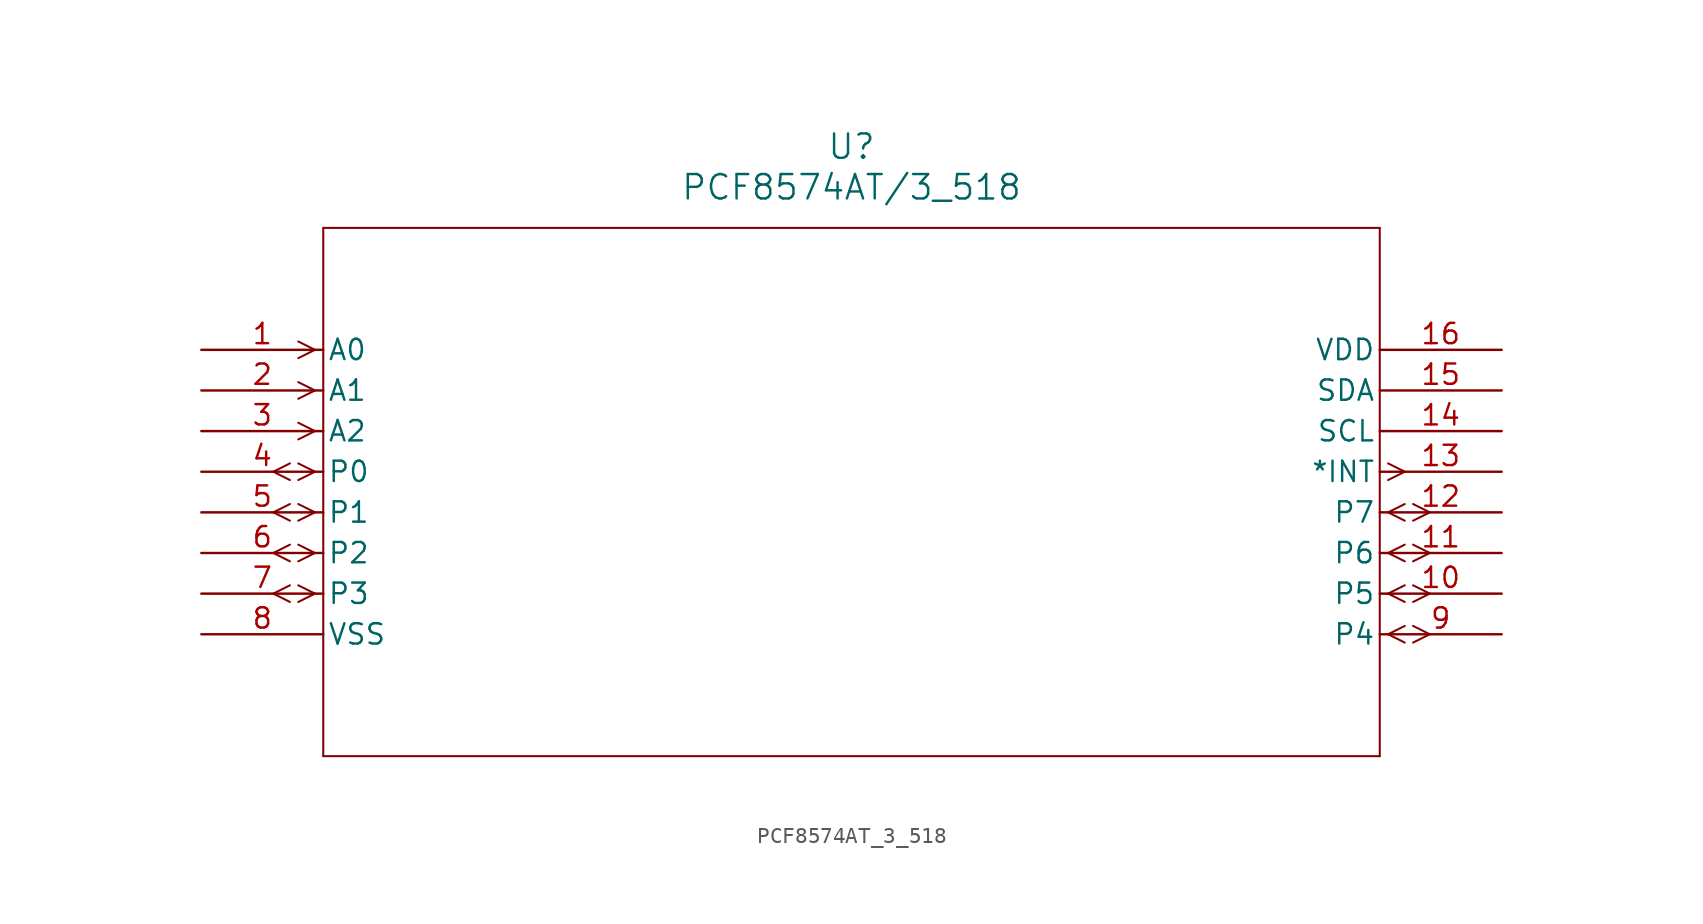
<source format=kicad_sym>
(kicad_symbol_lib
  (version 20211014)
  (generator kicad_symbol_editor)
  (symbol "PCF8574AT_3_518"
    (pin_names
      (offset 0.254))
    (property "Reference" "U"
      (at 40.64 12.7 0)
      (effects (font (size 1.524 1.524))))
    (property "Value" "PCF8574AT/3_518"
      (at 40.64 10.16 0)
      (effects (font (size 1.524 1.524))))
    (symbol "PCF8574AT_3_518_0_1"
      (polyline (pts (xy 7.099 0) (xy 6.058 0.521)) (stroke (width 0.127) (type default) (color 0 0 0 0)) (fill (type none)))
      (polyline (pts (xy 7.099 0) (xy 6.058 -0.521)) (stroke (width 0.127) (type default) (color 0 0 0 0)) (fill (type none)))
      (polyline (pts (xy 7.099 -2.54) (xy 6.058 -2.019)) (stroke (width 0.127) (type default) (color 0 0 0 0)) (fill (type none)))
      (polyline (pts (xy 7.099 -2.54) (xy 6.058 -3.061)) (stroke (width 0.127) (type default) (color 0 0 0 0)) (fill (type none)))
      (polyline (pts (xy 7.099 -5.08) (xy 6.058 -4.559)) (stroke (width 0.127) (type default) (color 0 0 0 0)) (fill (type none)))
      (polyline (pts (xy 7.099 -5.08) (xy 6.058 -5.601)) (stroke (width 0.127) (type default) (color 0 0 0 0)) (fill (type none)))
      (polyline (pts (xy 7.099 -7.62) (xy 6.058 -7.099)) (stroke (width 0.127) (type default) (color 0 0 0 0)) (fill (type none)))
      (polyline (pts (xy 7.099 -7.62) (xy 6.058 -8.141)) (stroke (width 0.127) (type default) (color 0 0 0 0)) (fill (type none)))
      (polyline (pts (xy 5.537 -7.099) (xy 4.496 -7.62)) (stroke (width 0.127) (type default) (color 0 0 0 0)) (fill (type none)))
      (polyline (pts (xy 5.537 -8.141) (xy 4.496 -7.62)) (stroke (width 0.127) (type default) (color 0 0 0 0)) (fill (type none)))
      (polyline (pts (xy 7.099 -10.16) (xy 6.058 -9.639)) (stroke (width 0.127) (type default) (color 0 0 0 0)) (fill (type none)))
      (polyline (pts (xy 7.099 -10.16) (xy 6.058 -10.681)) (stroke (width 0.127) (type default) (color 0 0 0 0)) (fill (type none)))
      (polyline (pts (xy 5.537 -9.639) (xy 4.496 -10.16)) (stroke (width 0.127) (type default) (color 0 0 0 0)) (fill (type none)))
      (polyline (pts (xy 5.537 -10.681) (xy 4.496 -10.16)) (stroke (width 0.127) (type default) (color 0 0 0 0)) (fill (type none)))
      (polyline (pts (xy 7.099 -12.7) (xy 6.058 -12.179)) (stroke (width 0.127) (type default) (color 0 0 0 0)) (fill (type none)))
      (polyline (pts (xy 7.099 -12.7) (xy 6.058 -13.221)) (stroke (width 0.127) (type default) (color 0 0 0 0)) (fill (type none)))
      (polyline (pts (xy 5.537 -12.179) (xy 4.496 -12.7)) (stroke (width 0.127) (type default) (color 0 0 0 0)) (fill (type none)))
      (polyline (pts (xy 5.537 -13.221) (xy 4.496 -12.7)) (stroke (width 0.127) (type default) (color 0 0 0 0)) (fill (type none)))
      (polyline (pts (xy 7.099 -15.24) (xy 6.058 -14.719)) (stroke (width 0.127) (type default) (color 0 0 0 0)) (fill (type none)))
      (polyline (pts (xy 7.099 -15.24) (xy 6.058 -15.761)) (stroke (width 0.127) (type default) (color 0 0 0 0)) (fill (type none)))
      (polyline (pts (xy 5.537 -14.719) (xy 4.496 -15.24)) (stroke (width 0.127) (type default) (color 0 0 0 0)) (fill (type none)))
      (polyline (pts (xy 5.537 -15.761) (xy 4.496 -15.24)) (stroke (width 0.127) (type default) (color 0 0 0 0)) (fill (type none)))
      (polyline (pts (xy 74.181 -17.78) (xy 75.222 -17.259)) (stroke (width 0.127) (type default) (color 0 0 0 0)) (fill (type none)))
      (polyline (pts (xy 74.181 -17.78) (xy 75.222 -18.301)) (stroke (width 0.127) (type default) (color 0 0 0 0)) (fill (type none)))
      (polyline (pts (xy 75.743 -17.259) (xy 76.784 -17.78)) (stroke (width 0.127) (type default) (color 0 0 0 0)) (fill (type none)))
      (polyline (pts (xy 75.743 -18.301) (xy 76.784 -17.78)) (stroke (width 0.127) (type default) (color 0 0 0 0)) (fill (type none)))
      (polyline (pts (xy 74.181 -15.24) (xy 75.222 -14.719)) (stroke (width 0.127) (type default) (color 0 0 0 0)) (fill (type none)))
      (polyline (pts (xy 74.181 -15.24) (xy 75.222 -15.761)) (stroke (width 0.127) (type default) (color 0 0 0 0)) (fill (type none)))
      (polyline (pts (xy 75.743 -14.719) (xy 76.784 -15.24)) (stroke (width 0.127) (type default) (color 0 0 0 0)) (fill (type none)))
      (polyline (pts (xy 75.743 -15.761) (xy 76.784 -15.24)) (stroke (width 0.127) (type default) (color 0 0 0 0)) (fill (type none)))
      (polyline (pts (xy 74.181 -12.7) (xy 75.222 -12.179)) (stroke (width 0.127) (type default) (color 0 0 0 0)) (fill (type none)))
      (polyline (pts (xy 74.181 -12.7) (xy 75.222 -13.221)) (stroke (width 0.127) (type default) (color 0 0 0 0)) (fill (type none)))
      (polyline (pts (xy 75.743 -12.179) (xy 76.784 -12.7)) (stroke (width 0.127) (type default) (color 0 0 0 0)) (fill (type none)))
      (polyline (pts (xy 75.743 -13.221) (xy 76.784 -12.7)) (stroke (width 0.127) (type default) (color 0 0 0 0)) (fill (type none)))
      (polyline (pts (xy 74.181 -10.16) (xy 75.222 -9.639)) (stroke (width 0.127) (type default) (color 0 0 0 0)) (fill (type none)))
      (polyline (pts (xy 74.181 -10.16) (xy 75.222 -10.681)) (stroke (width 0.127) (type default) (color 0 0 0 0)) (fill (type none)))
      (polyline (pts (xy 75.743 -9.639) (xy 76.784 -10.16)) (stroke (width 0.127) (type default) (color 0 0 0 0)) (fill (type none)))
      (polyline (pts (xy 75.743 -10.681) (xy 76.784 -10.16)) (stroke (width 0.127) (type default) (color 0 0 0 0)) (fill (type none)))
      (polyline (pts (xy 74.181 -7.099) (xy 75.222 -7.62)) (stroke (width 0.127) (type default) (color 0 0 0 0)) (fill (type none)))
      (polyline (pts (xy 74.181 -8.141) (xy 75.222 -7.62)) (stroke (width 0.127) (type default) (color 0 0 0 0)) (fill (type none)))
      (polyline (pts (xy 7.62 7.62) (xy 7.62 -25.4)) (stroke (width 0.127) (type default) (color 0 0 0 0)) (fill (type none)))
      (polyline (pts (xy 7.62 -25.4) (xy 73.66 -25.4)) (stroke (width 0.127) (type default) (color 0 0 0 0)) (fill (type none)))
      (polyline (pts (xy 73.66 -25.4) (xy 73.66 7.62)) (stroke (width 0.127) (type default) (color 0 0 0 0)) (fill (type none)))
      (polyline (pts (xy 73.66 7.62) (xy 7.62 7.62)) (stroke (width 0.127) (type default) (color 0 0 0 0)) (fill (type none)))
      (pin input line (at 0 0 0) (length 7.62) (name "A0" (effects (font (size 1.27 1.27)))) (number "1" (effects (font (size 1.27 1.27)))))
      (pin input line (at 0 -2.54 0) (length 7.62) (name "A1" (effects (font (size 1.27 1.27)))) (number "2" (effects (font (size 1.27 1.27)))))
      (pin input line (at 0 -5.08 0) (length 7.62) (name "A2" (effects (font (size 1.27 1.27)))) (number "3" (effects (font (size 1.27 1.27)))))
      (pin bidirectional line (at 0 -7.62 0) (length 7.62) (name "P0" (effects (font (size 1.27 1.27)))) (number "4" (effects (font (size 1.27 1.27)))))
      (pin bidirectional line (at 0 -10.16 0) (length 7.62) (name "P1" (effects (font (size 1.27 1.27)))) (number "5" (effects (font (size 1.27 1.27)))))
      (pin bidirectional line (at 0 -12.7 0) (length 7.62) (name "P2" (effects (font (size 1.27 1.27)))) (number "6" (effects (font (size 1.27 1.27)))))
      (pin bidirectional line (at 0 -15.24 0) (length 7.62) (name "P3" (effects (font (size 1.27 1.27)))) (number "7" (effects (font (size 1.27 1.27)))))
      (pin power_in line (at 0 -17.78 0) (length 7.62) (name "VSS" (effects (font (size 1.27 1.27)))) (number "8" (effects (font (size 1.27 1.27)))))
      (pin bidirectional line (at 81.28 -17.78 180) (length 7.62) (name "P4" (effects (font (size 1.27 1.27)))) (number "9" (effects (font (size 1.27 1.27)))))
      (pin bidirectional line (at 81.28 -15.24 180) (length 7.62) (name "P5" (effects (font (size 1.27 1.27)))) (number "10" (effects (font (size 1.27 1.27)))))
      (pin bidirectional line (at 81.28 -12.7 180) (length 7.62) (name "P6" (effects (font (size 1.27 1.27)))) (number "11" (effects (font (size 1.27 1.27)))))
      (pin bidirectional line (at 81.28 -10.16 180) (length 7.62) (name "P7" (effects (font (size 1.27 1.27)))) (number "12" (effects (font (size 1.27 1.27)))))
      (pin output line (at 81.28 -7.62 180) (length 7.62) (name "*INT" (effects (font (size 1.27 1.27)))) (number "13" (effects (font (size 1.27 1.27)))))
      (pin unspecified line (at 81.28 -5.08 180) (length 7.62) (name "SCL" (effects (font (size 1.27 1.27)))) (number "14" (effects (font (size 1.27 1.27)))))
      (pin unspecified line (at 81.28 -2.54 180) (length 7.62) (name "SDA" (effects (font (size 1.27 1.27)))) (number "15" (effects (font (size 1.27 1.27)))))
      (pin power_in line (at 81.28 0 180) (length 7.62) (name "VDD" (effects (font (size 1.27 1.27)))) (number "16" (effects (font (size 1.27 1.27))))))))
</source>
